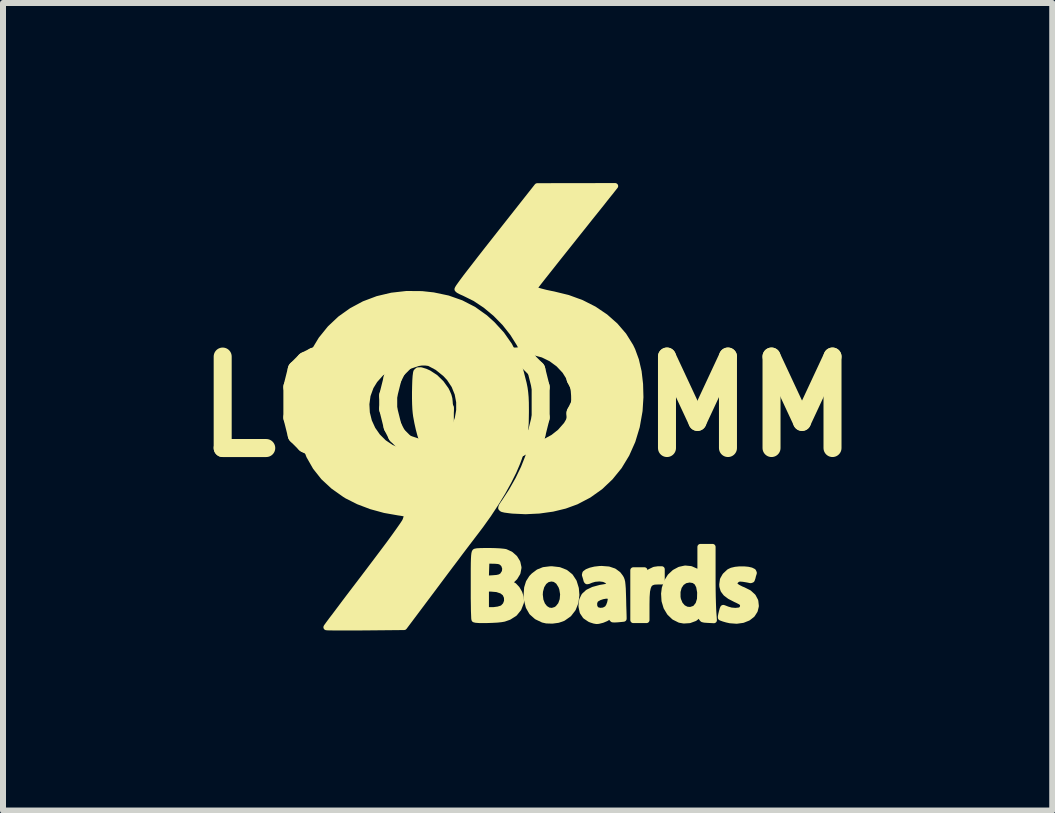
<source format=kicad_pcb>
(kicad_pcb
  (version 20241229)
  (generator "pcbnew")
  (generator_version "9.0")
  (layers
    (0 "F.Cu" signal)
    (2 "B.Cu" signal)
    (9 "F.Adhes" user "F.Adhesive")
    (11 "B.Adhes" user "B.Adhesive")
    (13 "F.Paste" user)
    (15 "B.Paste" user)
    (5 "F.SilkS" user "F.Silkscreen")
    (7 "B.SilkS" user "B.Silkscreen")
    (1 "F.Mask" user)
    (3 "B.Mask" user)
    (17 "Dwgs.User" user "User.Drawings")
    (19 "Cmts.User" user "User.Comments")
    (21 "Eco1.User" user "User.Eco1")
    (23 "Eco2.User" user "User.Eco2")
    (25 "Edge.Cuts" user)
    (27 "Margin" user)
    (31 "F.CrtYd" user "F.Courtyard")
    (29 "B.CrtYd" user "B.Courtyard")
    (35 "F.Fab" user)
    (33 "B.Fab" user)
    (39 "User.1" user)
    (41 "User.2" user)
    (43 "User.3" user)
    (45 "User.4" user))
  (footprint "LOGO8MM"
    (layer "F.Cu")
    (at 5.74 3.725)
    (property "Reference" "LOGO8MM" (at 0 0 0) (layer "F.SilkS") (effects (font (size 1.524 1.524) (thickness 0.3))))
    (attr through_hole)
    (fp_poly (pts (xy 2.235 2.913) (xy 2.166 2.913) (xy 2.106 2.916) (xy 2.061 2.931) (xy 2.027 2.959) (xy 2.005 3.006) (xy 1.99 3.074) (xy 1.983 3.168) (xy 1.981 3.292) (xy 1.981 3.301) (xy 1.981 3.556) (xy 1.871 3.556) (xy 1.761 3.556) (xy 1.761 3.141) (xy 1.761 2.726) (xy 1.854 2.726) (xy 1.947 2.726) (xy 1.947 2.798) (xy 1.947 2.87) (xy 1.981 2.816) (xy 2.037 2.754) (xy 2.112 2.718) (xy 2.175 2.709) (xy 2.235 2.709) (xy 2.235 2.811) (xy 2.235 2.913)) (stroke (width 0.1) (type solid)) (fill yes) (layer "F.SilkS"))
    (fp_poly (pts (xy -1.296 0) (xy -1.308 0.133) (xy -1.344 0.248) (xy -1.408 0.352) (xy -1.47 0.422) (xy -1.517 0.463) (xy -1.575 0.507) (xy -1.635 0.546) (xy -1.689 0.576) (xy -1.728 0.592) (xy -1.736 0.593) (xy -1.748 0.579) (xy -1.763 0.546) (xy -1.787 0.471) (xy -1.813 0.374) (xy -1.837 0.266) (xy -1.857 0.158) (xy -1.864 0.105) (xy -1.87 0.041) (xy -1.874 -0.042) (xy -1.876 -0.138) (xy -1.876 -0.24) (xy -1.874 -0.339) (xy -1.871 -0.431) (xy -1.866 -0.506) (xy -1.859 -0.56) (xy -1.854 -0.58) (xy -1.827 -0.605) (xy -1.777 -0.606) (xy -1.705 -0.584) (xy -1.647 -0.558) (xy -1.538 -0.487) (xy -1.44 -0.391) (xy -1.361 -0.281) (xy -1.341 -0.241) (xy -1.317 -0.184) (xy -1.303 -0.131) (xy -1.297 -0.07) (xy -1.296 0)) (stroke (width 0.1) (type solid)) (fill yes) (layer "F.SilkS"))
    (fp_poly (pts (xy 0.813 3.135) (xy 0.798 3.259) (xy 0.755 3.367) (xy 0.686 3.456) (xy 0.592 3.522) (xy 0.592 3.126) (xy 0.577 3.034) (xy 0.56 2.987) (xy 0.514 2.914) (xy 0.456 2.873) (xy 0.396 2.862) (xy 0.328 2.877) (xy 0.272 2.921) (xy 0.23 2.989) (xy 0.207 3.075) (xy 0.203 3.133) (xy 0.214 3.226) (xy 0.244 3.303) (xy 0.289 3.36) (xy 0.344 3.395) (xy 0.407 3.404) (xy 0.472 3.384) (xy 0.506 3.36) (xy 0.555 3.299) (xy 0.584 3.218) (xy 0.592 3.126) (xy 0.592 3.522) (xy 0.59 3.523) (xy 0.589 3.524) (xy 0.508 3.552) (xy 0.411 3.565) (xy 0.316 3.562) (xy 0.258 3.549) (xy 0.153 3.499) (xy 0.072 3.427) (xy 0.018 3.332) (xy -0.011 3.216) (xy -0.016 3.133) (xy -0.008 3.02) (xy 0.02 2.929) (xy 0.069 2.852) (xy 0.104 2.816) (xy 0.181 2.758) (xy 0.268 2.723) (xy 0.374 2.71) (xy 0.403 2.709) (xy 0.526 2.723) (xy 0.63 2.764) (xy 0.711 2.829) (xy 0.77 2.919) (xy 0.804 3.03) (xy 0.813 3.135)) (stroke (width 0.1) (type solid)) (fill yes) (layer "F.SilkS"))
    (fp_poly (pts (xy 3.104 3.558) (xy 3.004 3.553) (xy 2.948 3.549) (xy 2.918 3.542) (xy 2.903 3.526) (xy 2.897 3.498) (xy 2.896 3.491) (xy 2.887 3.434) (xy 2.875 3.447) (xy 2.875 3.099) (xy 2.874 3.086) (xy 2.857 2.993) (xy 2.823 2.928) (xy 2.77 2.891) (xy 2.699 2.879) (xy 2.623 2.894) (xy 2.563 2.935) (xy 2.52 2.999) (xy 2.498 3.081) (xy 2.498 3.174) (xy 2.506 3.217) (xy 2.538 3.294) (xy 2.587 3.35) (xy 2.648 3.382) (xy 2.714 3.388) (xy 2.78 3.366) (xy 2.799 3.353) (xy 2.846 3.294) (xy 2.872 3.209) (xy 2.875 3.099) (xy 2.875 3.447) (xy 2.853 3.471) (xy 2.784 3.525) (xy 2.697 3.557) (xy 2.603 3.563) (xy 2.535 3.551) (xy 2.443 3.505) (xy 2.368 3.433) (xy 2.313 3.341) (xy 2.281 3.234) (xy 2.274 3.116) (xy 2.285 3.028) (xy 2.321 2.92) (xy 2.377 2.83) (xy 2.45 2.762) (xy 2.534 2.717) (xy 2.625 2.697) (xy 2.718 2.706) (xy 2.809 2.746) (xy 2.819 2.753) (xy 2.879 2.793) (xy 2.879 2.565) (xy 2.879 2.337) (xy 2.98 2.337) (xy 3.082 2.337) (xy 3.082 2.791) (xy 3.082 2.922) (xy 3.083 3.051) (xy 3.085 3.17) (xy 3.088 3.275) (xy 3.091 3.357) (xy 3.093 3.402) (xy 3.104 3.558)) (stroke (width 0.1) (type solid)) (fill yes) (layer "F.SilkS"))
    (fp_poly (pts (xy 3.803 3.322) (xy 3.785 3.396) (xy 3.741 3.465) (xy 3.673 3.518) (xy 3.585 3.553) (xy 3.483 3.567) (xy 3.374 3.559) (xy 3.32 3.547) (xy 3.268 3.532) (xy 3.232 3.519) (xy 3.22 3.514) (xy 3.22 3.496) (xy 3.227 3.459) (xy 3.238 3.414) (xy 3.249 3.375) (xy 3.258 3.354) (xy 3.26 3.353) (xy 3.277 3.359) (xy 3.313 3.373) (xy 3.325 3.378) (xy 3.391 3.397) (xy 3.464 3.403) (xy 3.528 3.396) (xy 3.557 3.386) (xy 3.584 3.353) (xy 3.59 3.317) (xy 3.587 3.291) (xy 3.575 3.27) (xy 3.548 3.25) (xy 3.498 3.224) (xy 3.467 3.21) (xy 3.37 3.16) (xy 3.304 3.11) (xy 3.263 3.056) (xy 3.245 2.995) (xy 3.243 2.963) (xy 3.254 2.883) (xy 3.292 2.816) (xy 3.359 2.753) (xy 3.359 2.753) (xy 3.403 2.732) (xy 3.463 2.718) (xy 3.532 2.711) (xy 3.603 2.711) (xy 3.669 2.717) (xy 3.723 2.729) (xy 3.759 2.747) (xy 3.769 2.77) (xy 3.768 2.775) (xy 3.756 2.812) (xy 3.747 2.85) (xy 3.735 2.884) (xy 3.714 2.891) (xy 3.702 2.888) (xy 3.663 2.88) (xy 3.609 2.871) (xy 3.588 2.868) (xy 3.535 2.864) (xy 3.501 2.872) (xy 3.473 2.893) (xy 3.448 2.924) (xy 3.437 2.946) (xy 3.453 2.976) (xy 3.494 3.009) (xy 3.556 3.041) (xy 3.591 3.055) (xy 3.687 3.103) (xy 3.755 3.165) (xy 3.794 3.239) (xy 3.803 3.322)) (stroke (width 0.1) (type solid)) (fill yes) (layer "F.SilkS"))
    (fp_poly (pts (xy 1.6 3.533) (xy 1.585 3.535) (xy 1.545 3.539) (xy 1.503 3.543) (xy 1.448 3.546) (xy 1.419 3.544) (xy 1.407 3.532) (xy 1.405 3.511) (xy 1.401 3.478) (xy 1.385 3.476) (xy 1.385 3.218) (xy 1.384 3.176) (xy 1.38 3.167) (xy 1.353 3.151) (xy 1.305 3.149) (xy 1.248 3.159) (xy 1.192 3.178) (xy 1.145 3.205) (xy 1.124 3.226) (xy 1.108 3.275) (xy 1.111 3.328) (xy 1.133 3.372) (xy 1.149 3.386) (xy 1.207 3.403) (xy 1.271 3.396) (xy 1.325 3.367) (xy 1.328 3.364) (xy 1.354 3.325) (xy 1.374 3.272) (xy 1.385 3.218) (xy 1.385 3.476) (xy 1.384 3.475) (xy 1.353 3.498) (xy 1.307 3.527) (xy 1.245 3.553) (xy 1.181 3.569) (xy 1.151 3.572) (xy 1.11 3.565) (xy 1.057 3.548) (xy 1.038 3.54) (xy 0.964 3.49) (xy 0.917 3.42) (xy 0.898 3.331) (xy 0.898 3.31) (xy 0.909 3.223) (xy 0.944 3.151) (xy 1.006 3.094) (xy 1.095 3.051) (xy 1.213 3.019) (xy 1.291 3.006) (xy 1.348 2.991) (xy 1.372 2.967) (xy 1.364 2.934) (xy 1.327 2.897) (xy 1.271 2.871) (xy 1.197 2.862) (xy 1.117 2.869) (xy 1.056 2.887) (xy 1.013 2.905) (xy 0.992 2.909) (xy 0.982 2.898) (xy 0.976 2.872) (xy 0.963 2.828) (xy 0.955 2.804) (xy 0.961 2.778) (xy 0.995 2.753) (xy 1.05 2.731) (xy 1.121 2.714) (xy 1.201 2.705) (xy 1.235 2.704) (xy 1.35 2.713) (xy 1.439 2.743) (xy 1.508 2.794) (xy 1.543 2.84) (xy 1.558 2.865) (xy 1.568 2.891) (xy 1.576 2.924) (xy 1.581 2.97) (xy 1.586 3.033) (xy 1.589 3.12) (xy 1.592 3.217) (xy 1.594 3.316) (xy 1.597 3.403) (xy 1.599 3.471) (xy 1.6 3.516) (xy 1.6 3.533)) (stroke (width 0.1) (type solid)) (fill yes) (layer "F.SilkS"))
    (fp_poly (pts (xy -0.109 3.247) (xy -0.112 3.263) (xy -0.152 3.364) (xy -0.218 3.445) (xy -0.311 3.504) (xy -0.342 3.515) (xy -0.342 3.242) (xy -0.344 3.174) (xy -0.372 3.112) (xy -0.372 3.112) (xy -0.372 2.695) (xy -0.392 2.635) (xy -0.415 2.608) (xy -0.444 2.585) (xy -0.48 2.573) (xy -0.533 2.568) (xy -0.571 2.567) (xy -0.686 2.565) (xy -0.691 2.716) (xy -0.696 2.866) (xy -0.577 2.859) (xy -0.508 2.853) (xy -0.462 2.842) (xy -0.428 2.823) (xy -0.416 2.812) (xy -0.38 2.757) (xy -0.372 2.695) (xy -0.372 3.112) (xy -0.373 3.11) (xy -0.428 3.067) (xy -0.509 3.04) (xy -0.613 3.031) (xy -0.614 3.031) (xy -0.694 3.031) (xy -0.694 3.208) (xy -0.694 3.385) (xy -0.639 3.39) (xy -0.564 3.39) (xy -0.489 3.38) (xy -0.428 3.361) (xy -0.412 3.353) (xy -0.366 3.305) (xy -0.342 3.242) (xy -0.342 3.515) (xy -0.394 3.533) (xy -0.44 3.541) (xy -0.505 3.548) (xy -0.583 3.552) (xy -0.665 3.555) (xy -0.744 3.556) (xy -0.812 3.555) (xy -0.862 3.551) (xy -0.886 3.545) (xy -0.886 3.545) (xy -0.889 3.526) (xy -0.891 3.477) (xy -0.894 3.402) (xy -0.895 3.306) (xy -0.897 3.192) (xy -0.897 3.065) (xy -0.897 2.979) (xy -0.897 2.826) (xy -0.897 2.703) (xy -0.896 2.608) (xy -0.894 2.536) (xy -0.891 2.485) (xy -0.887 2.45) (xy -0.882 2.429) (xy -0.876 2.418) (xy -0.871 2.415) (xy -0.838 2.409) (xy -0.78 2.406) (xy -0.705 2.405) (xy -0.621 2.405) (xy -0.537 2.407) (xy -0.46 2.411) (xy -0.4 2.417) (xy -0.369 2.422) (xy -0.284 2.461) (xy -0.216 2.521) (xy -0.17 2.596) (xy -0.152 2.679) (xy -0.152 2.684) (xy -0.168 2.768) (xy -0.214 2.844) (xy -0.263 2.892) (xy -0.324 2.942) (xy -0.283 2.953) (xy -0.228 2.982) (xy -0.178 3.035) (xy -0.138 3.104) (xy -0.114 3.177) (xy -0.109 3.247)) (stroke (width 0.1) (type solid)) (fill yes) (layer "F.SilkS"))
    (fp_poly (pts (xy 1.88 -0.158) (xy 1.866 0.064) (xy 1.864 0.079) (xy 1.819 0.333) (xy 1.747 0.571) (xy 1.648 0.793) (xy 1.525 0.996) (xy 1.377 1.178) (xy 1.209 1.337) (xy 1.019 1.472) (xy 0.811 1.581) (xy 0.622 1.65) (xy 0.416 1.7) (xy 0.193 1.731) (xy -0.034 1.742) (xy -0.252 1.732) (xy -0.303 1.726) (xy -0.378 1.716) (xy -0.423 1.705) (xy -0.44 1.689) (xy -0.433 1.661) (xy -0.405 1.617) (xy -0.384 1.588) (xy -0.265 1.405) (xy -0.157 1.215) (xy -0.064 1.023) (xy 0.008 0.841) (xy 0.033 0.764) (xy 0.069 0.646) (xy 0.161 0.627) (xy 0.295 0.584) (xy 0.425 0.514) (xy 0.539 0.424) (xy 0.546 0.417) (xy 0.648 0.301) (xy 0.718 0.18) (xy 0.761 0.05) (xy 0.776 -0.097) (xy 0.775 -0.182) (xy 0.769 -0.264) (xy 0.759 -0.326) (xy 0.743 -0.381) (xy 0.715 -0.443) (xy 0.705 -0.464) (xy 0.623 -0.595) (xy 0.517 -0.708) (xy 0.392 -0.8) (xy 0.255 -0.867) (xy 0.109 -0.906) (xy 0.001 -0.914) (xy -0.031 -0.916) (xy -0.055 -0.923) (xy -0.076 -0.943) (xy -0.1 -0.981) (xy -0.134 -1.043) (xy -0.135 -1.046) (xy -0.246 -1.223) (xy -0.38 -1.393) (xy -0.534 -1.55) (xy -0.7 -1.688) (xy -0.874 -1.804) (xy -1.05 -1.891) (xy -1.052 -1.892) (xy -1.108 -1.917) (xy -1.149 -1.939) (xy -1.167 -1.954) (xy -1.168 -1.956) (xy -1.163 -1.968) (xy -1.148 -1.993) (xy -1.121 -2.031) (xy -1.082 -2.085) (xy -1.03 -2.155) (xy -0.962 -2.243) (xy -0.879 -2.35) (xy -0.78 -2.478) (xy -0.662 -2.629) (xy -0.525 -2.803) (xy -0.381 -2.986) (xy 0.161 -3.673) (xy 0.81 -3.674) (xy 1.459 -3.675) (xy 1.408 -3.611) (xy 1.389 -3.586) (xy 1.35 -3.538) (xy 1.294 -3.468) (xy 1.224 -3.379) (xy 1.14 -3.274) (xy 1.045 -3.156) (xy 0.942 -3.026) (xy 0.831 -2.887) (xy 0.73 -2.76) (xy 0.617 -2.618) (xy 0.51 -2.484) (xy 0.412 -2.36) (xy 0.324 -2.249) (xy 0.248 -2.153) (xy 0.186 -2.074) (xy 0.14 -2.014) (xy 0.111 -1.977) (xy 0.102 -1.964) (xy 0.117 -1.952) (xy 0.159 -1.936) (xy 0.222 -1.918) (xy 0.299 -1.898) (xy 0.383 -1.88) (xy 0.429 -1.871) (xy 0.671 -1.812) (xy 0.898 -1.729) (xy 1.107 -1.623) (xy 1.295 -1.496) (xy 1.46 -1.35) (xy 1.601 -1.186) (xy 1.713 -1.006) (xy 1.745 -0.94) (xy 1.806 -0.773) (xy 1.85 -0.583) (xy 1.874 -0.376) (xy 1.88 -0.158)) (stroke (width 0.1) (type solid)) (fill yes) (layer "F.SilkS"))
    (fp_poly (pts (xy -0.028 0.093) (xy -0.031 0.271) (xy -0.042 0.426) (xy -0.063 0.567) (xy -0.096 0.706) (xy -0.141 0.85) (xy -0.171 0.931) (xy -0.234 1.079) (xy -0.317 1.245) (xy -0.416 1.424) (xy -0.53 1.61) (xy -0.653 1.797) (xy -0.783 1.979) (xy -0.857 2.077) (xy -0.894 2.125) (xy -0.948 2.196) (xy -1.018 2.288) (xy -1.1 2.396) (xy -1.14 2.449) (xy -1.14 0.062) (xy -1.14 -0.078) (xy -1.166 -0.216) (xy -1.22 -0.35) (xy -1.302 -0.474) (xy -1.37 -0.547) (xy -1.503 -0.654) (xy -1.642 -0.728) (xy -1.787 -0.769) (xy -1.94 -0.777) (xy -2.069 -0.76) (xy -2.202 -0.716) (xy -2.331 -0.644) (xy -2.449 -0.55) (xy -2.547 -0.44) (xy -2.614 -0.331) (xy -2.666 -0.188) (xy -2.686 -0.042) (xy -2.678 0.104) (xy -2.643 0.245) (xy -2.582 0.378) (xy -2.499 0.497) (xy -2.395 0.6) (xy -2.271 0.683) (xy -2.131 0.74) (xy -2.079 0.753) (xy -1.988 0.77) (xy -1.914 0.777) (xy -1.842 0.772) (xy -1.776 0.762) (xy -1.625 0.718) (xy -1.492 0.649) (xy -1.378 0.559) (xy -1.285 0.451) (xy -1.213 0.33) (xy -1.164 0.199) (xy -1.14 0.062) (xy -1.14 2.449) (xy -1.192 2.519) (xy -1.292 2.651) (xy -1.397 2.791) (xy -1.504 2.934) (xy -1.524 2.961) (xy -2.057 3.672) (xy -2.705 3.678) (xy -2.849 3.679) (xy -2.983 3.679) (xy -3.101 3.679) (xy -3.201 3.679) (xy -3.278 3.678) (xy -3.33 3.677) (xy -3.352 3.675) (xy -3.352 3.675) (xy -3.342 3.66) (xy -3.314 3.621) (xy -3.268 3.559) (xy -3.206 3.478) (xy -3.131 3.378) (xy -3.045 3.263) (xy -2.948 3.135) (xy -2.842 2.996) (xy -2.73 2.849) (xy -2.702 2.812) (xy -2.553 2.615) (xy -2.422 2.441) (xy -2.308 2.289) (xy -2.214 2.16) (xy -2.139 2.055) (xy -2.083 1.975) (xy -2.047 1.92) (xy -2.033 1.892) (xy -2.018 1.844) (xy -2.006 1.809) (xy -2.004 1.804) (xy -2.011 1.792) (xy -2.044 1.78) (xy -2.105 1.769) (xy -2.148 1.763) (xy -2.381 1.722) (xy -2.607 1.66) (xy -2.818 1.58) (xy -3.007 1.485) (xy -3.044 1.462) (xy -3.236 1.326) (xy -3.399 1.175) (xy -3.532 1.007) (xy -3.638 0.821) (xy -3.717 0.616) (xy -3.737 0.548) (xy -3.753 0.481) (xy -3.765 0.421) (xy -3.773 0.36) (xy -3.778 0.29) (xy -3.781 0.203) (xy -3.782 0.093) (xy -3.775 -0.136) (xy -3.753 -0.341) (xy -3.713 -0.531) (xy -3.654 -0.711) (xy -3.575 -0.89) (xy -3.562 -0.914) (xy -3.438 -1.12) (xy -3.29 -1.303) (xy -3.12 -1.463) (xy -2.93 -1.598) (xy -2.723 -1.709) (xy -2.5 -1.793) (xy -2.264 -1.849) (xy -2.017 -1.877) (xy -1.762 -1.875) (xy -1.57 -1.854) (xy -1.328 -1.803) (xy -1.107 -1.725) (xy -0.901 -1.619) (xy -0.71 -1.483) (xy -0.589 -1.374) (xy -0.434 -1.205) (xy -0.305 -1.021) (xy -0.201 -0.817) (xy -0.118 -0.592) (xy -0.065 -0.385) (xy -0.05 -0.31) (xy -0.04 -0.237) (xy -0.033 -0.158) (xy -0.029 -0.066) (xy -0.028 0.05) (xy -0.028 0.093)) (stroke (width 0.1) (type solid)) (fill yes) (layer "F.SilkS")))
  (gr_rect
    (start -3 -3)
    (end 14.481 10.454)
    (stroke (width 0.1) (type default))
    (fill no)
    (layer "Edge.Cuts")))
</source>
